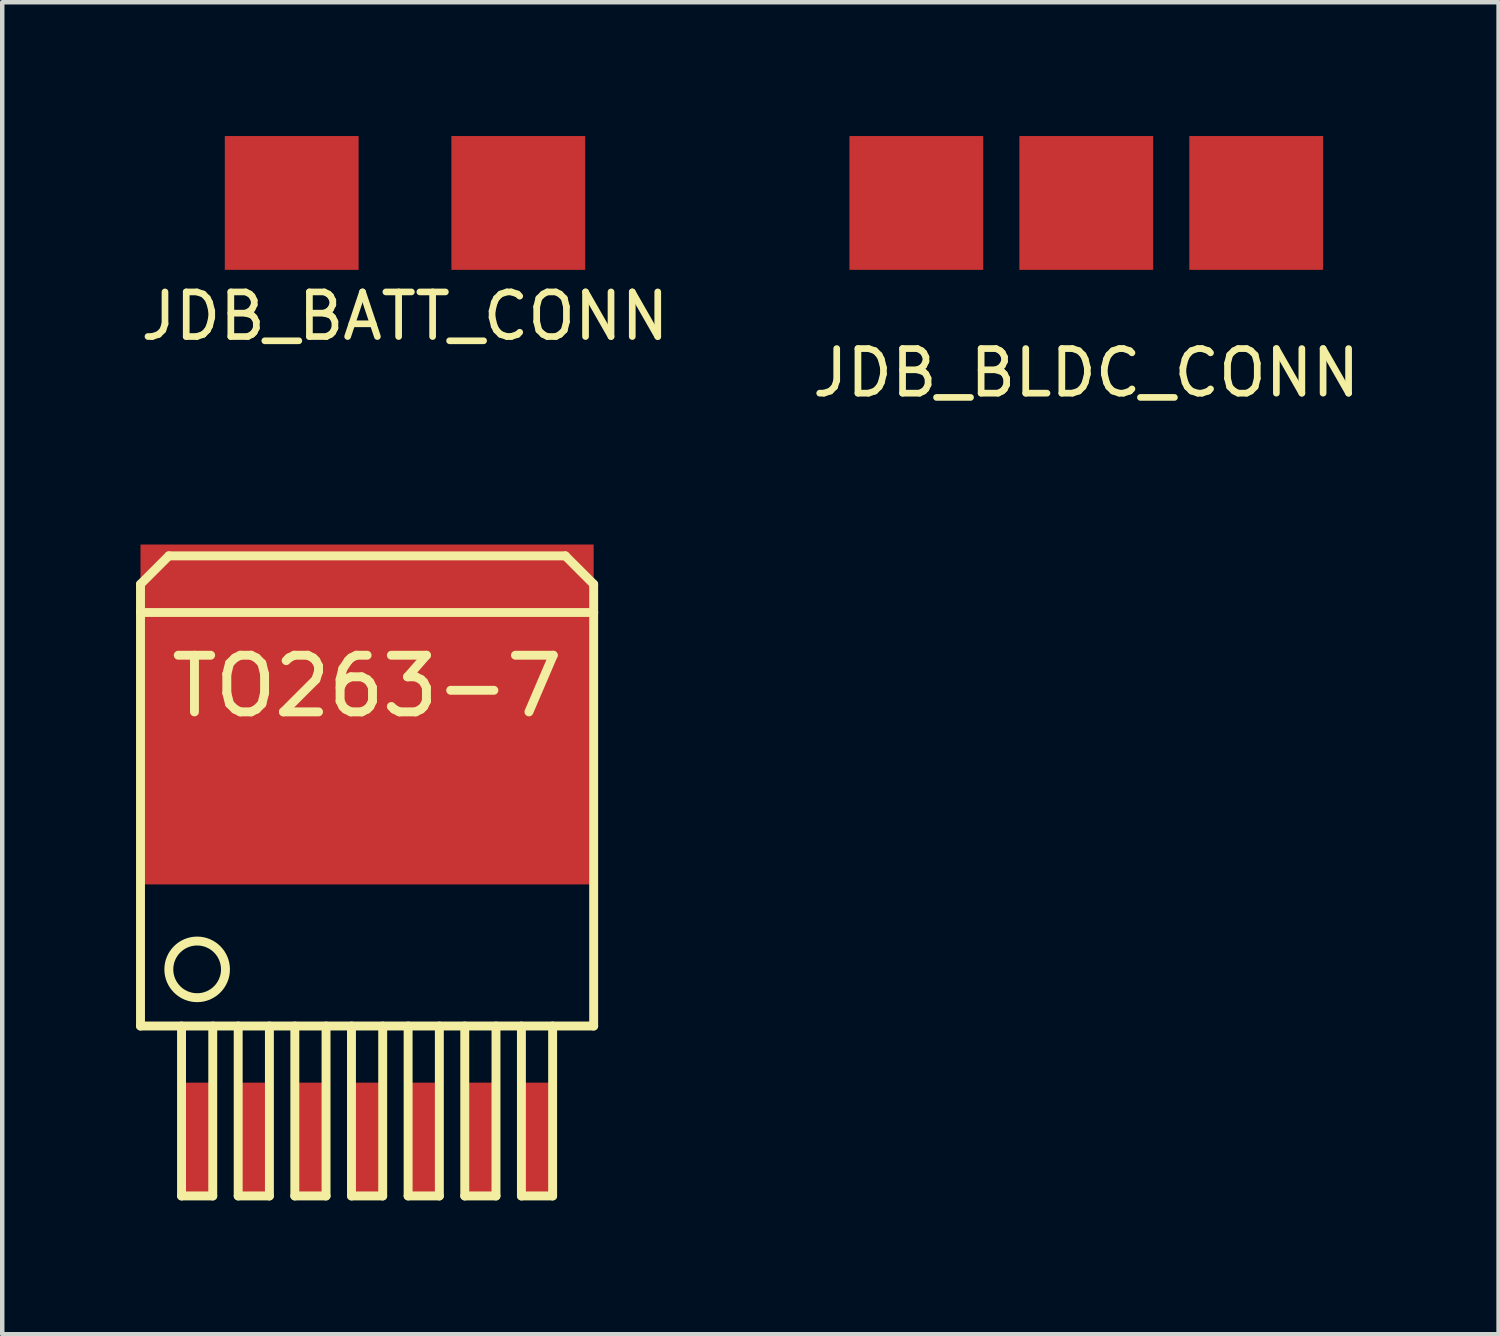
<source format=kicad_pcb>
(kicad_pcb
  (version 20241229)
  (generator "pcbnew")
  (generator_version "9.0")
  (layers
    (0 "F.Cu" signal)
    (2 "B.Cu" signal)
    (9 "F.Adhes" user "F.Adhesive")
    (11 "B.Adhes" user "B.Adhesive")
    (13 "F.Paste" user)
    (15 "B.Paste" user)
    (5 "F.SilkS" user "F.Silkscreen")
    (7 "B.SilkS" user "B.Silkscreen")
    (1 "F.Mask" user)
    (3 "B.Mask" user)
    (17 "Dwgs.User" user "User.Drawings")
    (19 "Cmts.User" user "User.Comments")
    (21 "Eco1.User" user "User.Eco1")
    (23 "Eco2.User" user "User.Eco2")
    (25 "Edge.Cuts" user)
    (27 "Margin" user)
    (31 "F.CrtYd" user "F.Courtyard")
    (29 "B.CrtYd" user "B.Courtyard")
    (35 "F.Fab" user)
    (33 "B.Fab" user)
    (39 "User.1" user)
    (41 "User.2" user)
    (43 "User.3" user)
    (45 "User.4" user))
  (footprint "JDB_BATT_CONN"
    (layer "F.Cu")
    (at 6.03 1.5)
    (property "Reference" "JDB_BATT_CONN" (at 0 2.54 0) (layer "F.SilkS") (effects (font (size 1 1) (thickness 0.15))))
    (attr through_hole)
    (pad "1" smd rect (at -2.54 0) (size 3 3) (layers "F.Cu" "F.Mask" "F.Paste"))
    (pad "2" smd rect (at 2.54 0) (size 3 3) (layers "F.Cu" "F.Mask" "F.Paste")))
  (footprint "TO263-7"
    (layer "F.Cu")
    (at 5.18 22.493)
    (property "Reference" "TO263-7" (at 0 -10.16 0) (layer "F.SilkS") (effects (font (size 1.27 1.27) (thickness 0.2))))
    (attr smd)
    (fp_line (start -5.08 -12.446) (end -4.445 -13.081) (stroke (width 0.2) (type solid)) (layer "F.SilkS"))
    (fp_line (start -5.08 -11.811) (end -5.08 -12.446) (stroke (width 0.2) (type solid)) (layer "F.SilkS"))
    (fp_line (start -5.08 -11.811) (end -5.08 -2.54) (stroke (width 0.2) (type solid)) (layer "F.SilkS"))
    (fp_line (start -5.08 -2.54) (end 5.08 -2.54) (stroke (width 0.2) (type solid)) (layer "F.SilkS"))
    (fp_line (start -4.445 -13.081) (end 4.445 -13.081) (stroke (width 0.2) (type solid)) (layer "F.SilkS"))
    (fp_line (start -4.16 -2.54) (end -4.16 1.27) (stroke (width 0.2) (type solid)) (layer "F.SilkS"))
    (fp_line (start -4.16 1.27) (end -3.46 1.27) (stroke (width 0.2) (type solid)) (layer "F.SilkS"))
    (fp_line (start -3.46 1.27) (end -3.46 -2.54) (stroke (width 0.2) (type solid)) (layer "F.SilkS"))
    (fp_line (start -2.89 -2.54) (end -2.89 1.27) (stroke (width 0.2) (type solid)) (layer "F.SilkS"))
    (fp_line (start -2.89 1.27) (end -2.19 1.27) (stroke (width 0.2) (type solid)) (layer "F.SilkS"))
    (fp_line (start -2.19 1.27) (end -2.19 -2.54) (stroke (width 0.2) (type solid)) (layer "F.SilkS"))
    (fp_line (start -1.62 -2.54) (end -1.62 1.27) (stroke (width 0.2) (type solid)) (layer "F.SilkS"))
    (fp_line (start -1.62 1.27) (end -0.92 1.27) (stroke (width 0.2) (type solid)) (layer "F.SilkS"))
    (fp_line (start -0.92 1.27) (end -0.92 -2.54) (stroke (width 0.2) (type solid)) (layer "F.SilkS"))
    (fp_line (start -0.35 -2.54) (end -0.35 1.27) (stroke (width 0.2) (type solid)) (layer "F.SilkS"))
    (fp_line (start -0.35 1.27) (end 0.35 1.27) (stroke (width 0.2) (type solid)) (layer "F.SilkS"))
    (fp_line (start 0.35 1.27) (end 0.35 -2.54) (stroke (width 0.2) (type solid)) (layer "F.SilkS"))
    (fp_line (start 0.92 -2.54) (end 0.92 1.27) (stroke (width 0.2) (type solid)) (layer "F.SilkS"))
    (fp_line (start 0.92 1.27) (end 1.62 1.27) (stroke (width 0.2) (type solid)) (layer "F.SilkS"))
    (fp_line (start 1.62 1.27) (end 1.62 -2.54) (stroke (width 0.2) (type solid)) (layer "F.SilkS"))
    (fp_line (start 2.19 -2.54) (end 2.19 1.27) (stroke (width 0.2) (type solid)) (layer "F.SilkS"))
    (fp_line (start 2.19 1.27) (end 2.89 1.27) (stroke (width 0.2) (type solid)) (layer "F.SilkS"))
    (fp_line (start 2.89 1.27) (end 2.89 -2.54) (stroke (width 0.2) (type solid)) (layer "F.SilkS"))
    (fp_line (start 3.46 -2.54) (end 3.46 1.27) (stroke (width 0.2) (type solid)) (layer "F.SilkS"))
    (fp_line (start 3.46 1.27) (end 4.16 1.27) (stroke (width 0.2) (type solid)) (layer "F.SilkS"))
    (fp_line (start 4.16 1.27) (end 4.16 -2.54) (stroke (width 0.2) (type solid)) (layer "F.SilkS"))
    (fp_line (start 4.445 -13.081) (end 5.08 -12.446) (stroke (width 0.2) (type solid)) (layer "F.SilkS"))
    (fp_line (start 5.08 -12.446) (end 5.08 -11.811) (stroke (width 0.2) (type solid)) (layer "F.SilkS"))
    (fp_line (start 5.08 -11.811) (end -5.08 -11.811) (stroke (width 0.2) (type solid)) (layer "F.SilkS"))
    (fp_line (start 5.08 -2.54) (end 5.08 -11.811) (stroke (width 0.2) (type solid)) (layer "F.SilkS"))
    (fp_circle (center -3.81 -3.81) (end -4.445 -3.81) (stroke (width 0.2) (type solid)) (fill no) (layer "F.SilkS"))
    (pad "1" smd rect (at -3.81 0) (size 0.7 2.54) (layers "F.Cu" "F.Mask" "F.Paste"))
    (pad "2" smd rect (at -2.54 0) (size 0.7 2.54) (layers "F.Cu" "F.Mask" "F.Paste"))
    (pad "3" smd rect (at -1.27 0) (size 0.7 2.54) (layers "F.Cu" "F.Mask" "F.Paste"))
    (pad "4" smd rect (at 0 -9.525) (size 10.16 7.62) (layers "F.Cu" "F.Mask" "F.Paste"))
    (pad "4" smd rect (at 0 0) (size 0.7 2.54) (layers "F.Cu" "F.Mask" "F.Paste"))
    (pad "5" smd rect (at 1.27 0) (size 0.7 2.54) (layers "F.Cu" "F.Mask" "F.Paste"))
    (pad "6" smd rect (at 2.54 0) (size 0.7 2.54) (layers "F.Cu" "F.Mask" "F.Paste"))
    (pad "7" smd rect (at 3.81 0) (size 0.7 2.54) (layers "F.Cu" "F.Mask" "F.Paste")))
  (footprint "JDB_BLDC_CONN"
    (layer "F.Cu")
    (at 21.304 1.5)
    (property "Reference" "JDB_BLDC_CONN" (at 0 3.81 0) (layer "F.SilkS") (effects (font (size 1 1) (thickness 0.15))))
    (attr through_hole)
    (pad "1" smd rect (at -3.81 0) (size 3 3) (layers "F.Cu" "F.Mask" "F.Paste"))
    (pad "2" smd rect (at 0 0) (size 3 3) (layers "F.Cu" "F.Mask" "F.Paste"))
    (pad "3" smd rect (at 3.81 0) (size 3 3) (layers "F.Cu" "F.Mask" "F.Paste")))
  (gr_rect
    (start -3 -3)
    (end 30.548 26.863)
    (stroke (width 0.1) (type default))
    (fill no)
    (layer "Edge.Cuts")))
</source>
